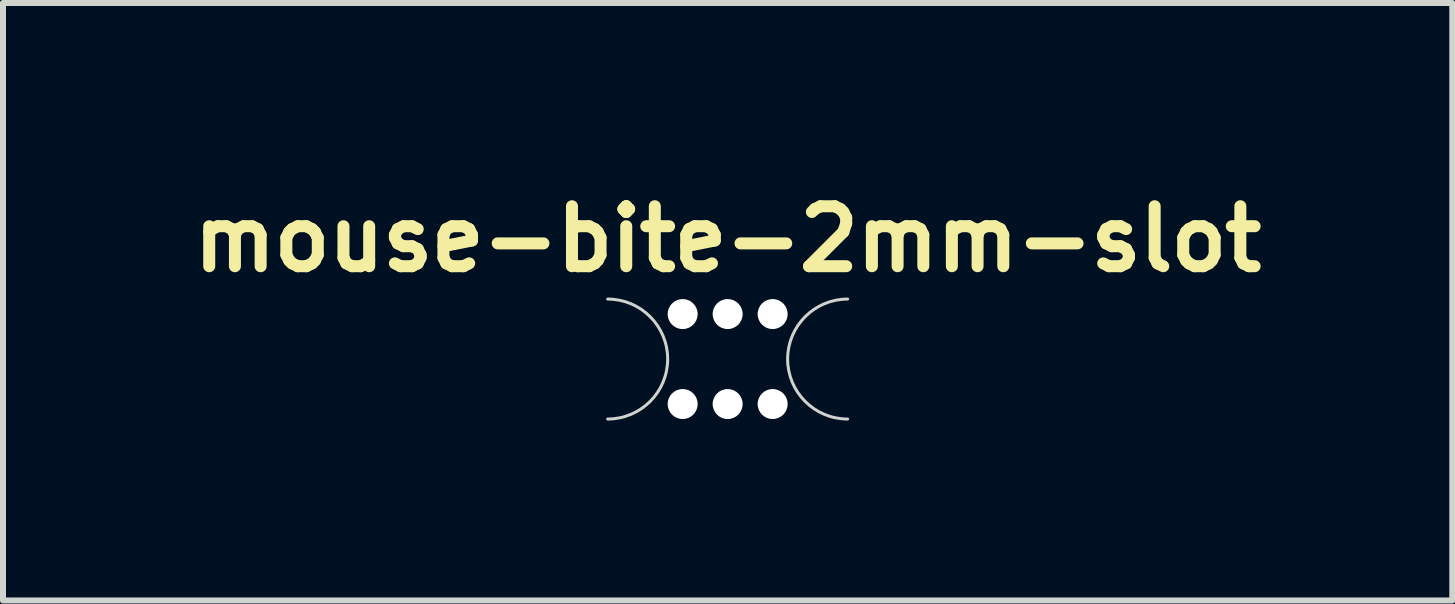
<source format=kicad_pcb>
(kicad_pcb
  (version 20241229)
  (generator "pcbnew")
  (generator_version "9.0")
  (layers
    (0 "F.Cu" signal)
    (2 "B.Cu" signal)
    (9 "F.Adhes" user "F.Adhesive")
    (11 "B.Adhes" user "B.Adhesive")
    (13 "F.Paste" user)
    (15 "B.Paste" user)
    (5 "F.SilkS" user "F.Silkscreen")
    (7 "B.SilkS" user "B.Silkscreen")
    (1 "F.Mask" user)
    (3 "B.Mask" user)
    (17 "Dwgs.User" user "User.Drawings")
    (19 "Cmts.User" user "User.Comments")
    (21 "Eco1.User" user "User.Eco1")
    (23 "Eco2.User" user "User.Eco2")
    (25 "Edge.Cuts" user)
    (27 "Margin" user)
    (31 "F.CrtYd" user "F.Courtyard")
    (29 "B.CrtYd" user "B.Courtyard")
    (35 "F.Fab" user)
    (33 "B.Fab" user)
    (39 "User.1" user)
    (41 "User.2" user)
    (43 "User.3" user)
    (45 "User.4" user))
  (footprint "mouse-bite-2mm-slot"
    (layer "F.Cu")
    (at 9.081 2.936)
    (property "Reference" "mouse-bite-2mm-slot" (at 0 -2 0) (layer "F.SilkS") (effects (font (size 1 1) (thickness 0.2))))
    (attr through_hole)
    (fp_arc (start -2 -1) (mid -1 0) (end -2 1) (stroke (width 0.05) (type solid)) (layer "Edge.Cuts"))
    (fp_arc (start 2 1) (mid 1 0) (end 2 -1) (stroke (width 0.05) (type solid)) (layer "Edge.Cuts"))
    (pad "" np_thru_hole circle (at -0.75 -0.75) (size 0.5 0.5) (drill 0.5) (layers "*.Cu" "*.Mask"))
    (pad "" np_thru_hole circle (at -0.75 0.75) (size 0.5 0.5) (drill 0.5) (layers "*.Cu" "*.Mask"))
    (pad "" np_thru_hole circle (at 0 -0.75) (size 0.5 0.5) (drill 0.5) (layers "*.Cu" "*.Mask"))
    (pad "" np_thru_hole circle (at 0 0.75) (size 0.5 0.5) (drill 0.5) (layers "*.Cu" "*.Mask"))
    (pad "" np_thru_hole circle (at 0.75 -0.75) (size 0.5 0.5) (drill 0.5) (layers "*.Cu" "*.Mask"))
    (pad "" np_thru_hole circle (at 0.75 0.75) (size 0.5 0.5) (drill 0.5) (layers "*.Cu" "*.Mask")))
  (gr_rect
    (start -3 -3)
    (end 21.162 6.961)
    (stroke (width 0.1) (type default))
    (fill no)
    (layer "Edge.Cuts")))
</source>
